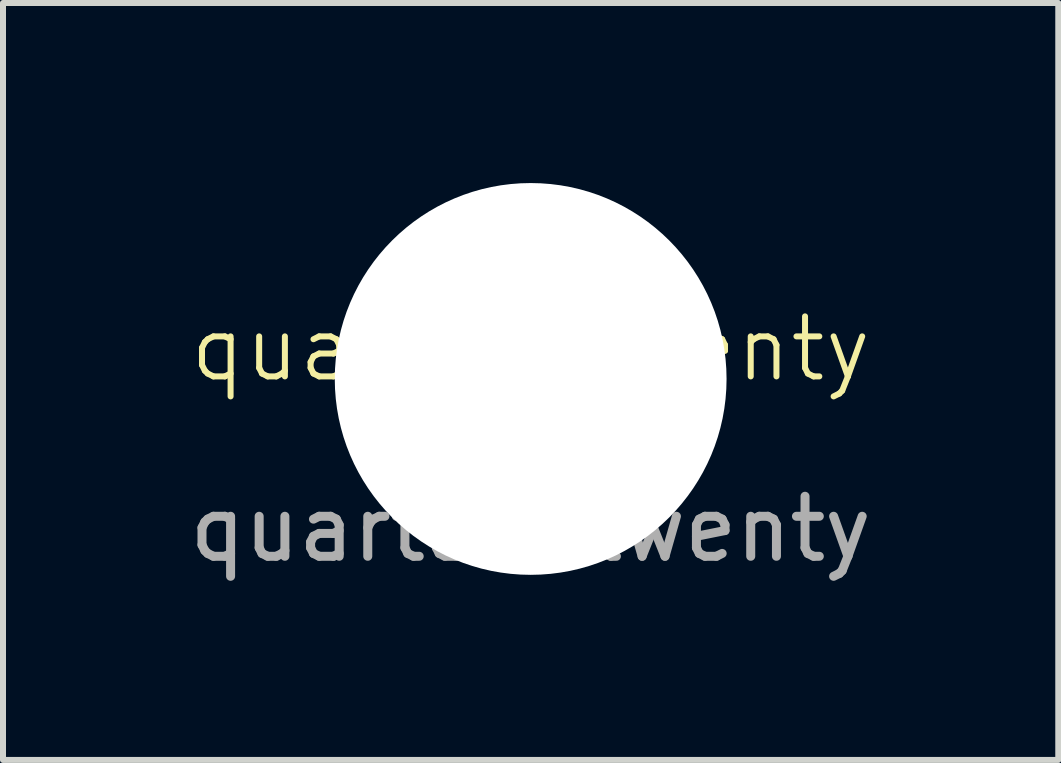
<source format=kicad_pcb>
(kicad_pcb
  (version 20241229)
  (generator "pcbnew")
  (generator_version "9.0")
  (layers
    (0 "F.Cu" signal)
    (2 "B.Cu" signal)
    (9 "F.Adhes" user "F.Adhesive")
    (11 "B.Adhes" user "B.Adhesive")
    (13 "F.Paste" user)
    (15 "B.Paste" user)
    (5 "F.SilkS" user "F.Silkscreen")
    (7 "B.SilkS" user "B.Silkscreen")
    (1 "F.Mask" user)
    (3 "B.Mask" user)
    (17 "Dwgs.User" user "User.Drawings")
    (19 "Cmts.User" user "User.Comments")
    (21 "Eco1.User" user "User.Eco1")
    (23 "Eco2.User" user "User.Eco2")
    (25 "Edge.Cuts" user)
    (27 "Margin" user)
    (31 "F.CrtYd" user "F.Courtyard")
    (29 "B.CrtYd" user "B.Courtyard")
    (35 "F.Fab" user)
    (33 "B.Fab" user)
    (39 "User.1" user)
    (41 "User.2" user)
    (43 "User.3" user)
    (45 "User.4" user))
  (footprint "quarter-twenty"
    (layer "F.Cu")
    (at 5.792 3.264)
    (property "Reference" "quarter-twenty" (at 0 -0.5 0) (unlocked yes) (layer "F.SilkS") (effects (font (size 1 1) (thickness 0.1))))
    (attr smd)
    (fp_text user "${REFERENCE}" (at 0 2.5 0) (unlocked yes) (layer "F.Fab") (effects (font (size 1 1) (thickness 0.15))))
    (pad "" np_thru_hole circle (at 0 0) (size 6.528 6.528) (drill 6.528) (layers "*.Cu" "*.Mask")))
  (gr_rect
    (start -3 -3)
    (end 14.583 9.612)
    (stroke (width 0.1) (type default))
    (fill no)
    (layer "Edge.Cuts")))
</source>
